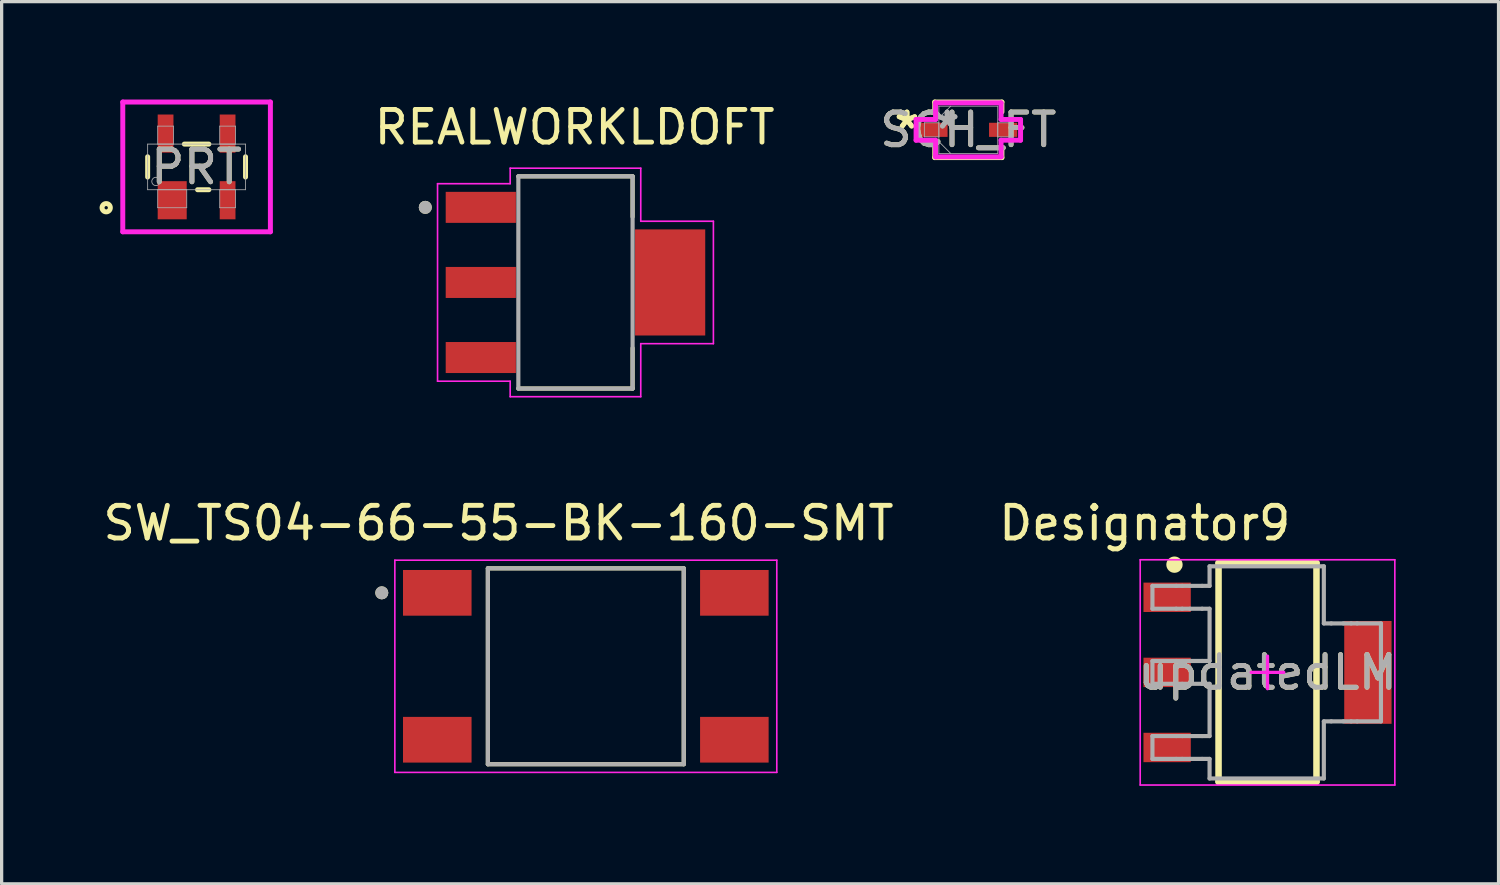
<source format=kicad_pcb>
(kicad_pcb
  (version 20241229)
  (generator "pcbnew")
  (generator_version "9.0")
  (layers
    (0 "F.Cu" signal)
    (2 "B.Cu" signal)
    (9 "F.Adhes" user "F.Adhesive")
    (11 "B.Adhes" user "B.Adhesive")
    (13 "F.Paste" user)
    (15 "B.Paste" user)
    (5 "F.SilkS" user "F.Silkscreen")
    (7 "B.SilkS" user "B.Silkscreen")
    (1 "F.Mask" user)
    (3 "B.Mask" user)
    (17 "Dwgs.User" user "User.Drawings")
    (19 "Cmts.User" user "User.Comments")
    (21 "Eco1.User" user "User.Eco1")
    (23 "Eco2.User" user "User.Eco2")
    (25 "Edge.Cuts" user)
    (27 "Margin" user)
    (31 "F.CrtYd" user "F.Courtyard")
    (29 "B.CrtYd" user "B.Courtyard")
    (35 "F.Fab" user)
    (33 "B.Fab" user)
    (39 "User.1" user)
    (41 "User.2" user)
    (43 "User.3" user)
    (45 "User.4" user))
  (footprint "REALWORKLDOFT"
    (layer "F.Cu")
    (at 14.578 5.602)
    (property "Reference" "REALWORKLDOFT" (at -0.025 -4.754 0) (layer "F.SilkS") (effects (font (size 1 1) (thickness 0.15))))
    (attr smd)
    (fp_line (start -1.75 -3.25) (end 1.75 -3.25) (stroke (width 0.127) (type solid)) (layer "F.SilkS"))
    (fp_line (start -1.75 3.25) (end 1.75 3.25) (stroke (width 0.127) (type solid)) (layer "F.SilkS"))
    (fp_line (start 1.75 -3.25) (end 1.75 -2.01) (stroke (width 0.127) (type solid)) (layer "F.SilkS"))
    (fp_line (start 1.75 3.25) (end 1.75 2.01) (stroke (width 0.127) (type solid)) (layer "F.SilkS"))
    (fp_circle (center -4.6 -2.3) (end -4.5 -2.3) (stroke (width 0.2) (type solid)) (fill no) (layer "F.SilkS"))
    (fp_line (start -4.225 -3.025) (end -4.225 3.025) (stroke (width 0.05) (type solid)) (layer "F.CrtYd"))
    (fp_line (start -4.225 3.025) (end -2 3.025) (stroke (width 0.05) (type solid)) (layer "F.CrtYd"))
    (fp_line (start -2 -3.5) (end -2 -3.025) (stroke (width 0.05) (type solid)) (layer "F.CrtYd"))
    (fp_line (start -2 -3.025) (end -4.225 -3.025) (stroke (width 0.05) (type solid)) (layer "F.CrtYd"))
    (fp_line (start -2 3.025) (end -2 3.5) (stroke (width 0.05) (type solid)) (layer "F.CrtYd"))
    (fp_line (start -2 3.5) (end 2 3.5) (stroke (width 0.05) (type solid)) (layer "F.CrtYd"))
    (fp_line (start 2 -3.5) (end -2 -3.5) (stroke (width 0.05) (type solid)) (layer "F.CrtYd"))
    (fp_line (start 2 -1.875) (end 2 -3.5) (stroke (width 0.05) (type solid)) (layer "F.CrtYd"))
    (fp_line (start 2 1.875) (end 4.225 1.875) (stroke (width 0.05) (type solid)) (layer "F.CrtYd"))
    (fp_line (start 2 3.5) (end 2 1.875) (stroke (width 0.05) (type solid)) (layer "F.CrtYd"))
    (fp_line (start 4.225 -1.875) (end 2 -1.875) (stroke (width 0.05) (type solid)) (layer "F.CrtYd"))
    (fp_line (start 4.225 1.875) (end 4.225 -1.875) (stroke (width 0.05) (type solid)) (layer "F.CrtYd"))
    (fp_line (start -1.75 -3.25) (end -1.75 3.25) (stroke (width 0.127) (type solid)) (layer "F.Fab"))
    (fp_line (start 1.75 -3.25) (end -1.75 -3.25) (stroke (width 0.127) (type solid)) (layer "F.Fab"))
    (fp_line (start 1.75 -3.25) (end 1.75 3.25) (stroke (width 0.127) (type solid)) (layer "F.Fab"))
    (fp_line (start 1.75 3.25) (end -1.75 3.25) (stroke (width 0.127) (type solid)) (layer "F.Fab"))
    (fp_circle (center -4.6 -2.3) (end -4.5 -2.3) (stroke (width 0.2) (type solid)) (fill no) (layer "F.Fab"))
    (pad "1" smd rect (at -2.9 -2.3) (size 2.15 0.95) (layers "F.Cu" "F.Mask" "F.Paste"))
    (pad "2" smd rect (at -2.9 0) (size 2.15 0.95) (layers "F.Cu" "F.Mask" "F.Paste"))
    (pad "3" smd rect (at -2.9 2.3) (size 2.15 0.95) (layers "F.Cu" "F.Mask" "F.Paste"))
    (pad "4" smd rect (at 2.9 0) (size 2.15 3.25) (layers "F.Cu" "F.Mask" "F.Paste")))
  (footprint "updatedLM"
    (layer "F.Cu")
    (at 35.777 17.547)
    (property "Reference" "updatedLM" (at 0 0 0) (unlocked yes) (layer "F.SilkS") (effects (font (size 1 1) (thickness 0.15))))
    (attr smd)
    (fp_line (start -1.5 -3.35) (end 1.5 -3.35) (stroke (width 0.2) (type solid)) (layer "F.SilkS"))
    (fp_line (start -1.5 3.35) (end -1.5 -3.35) (stroke (width 0.2) (type solid)) (layer "F.SilkS"))
    (fp_line (start -1.5 3.35) (end 1.5 3.35) (stroke (width 0.2) (type solid)) (layer "F.SilkS"))
    (fp_line (start 1.5 3.35) (end 1.5 -3.35) (stroke (width 0.2) (type solid)) (layer "F.SilkS"))
    (fp_circle (center -2.85 -3.3) (end -2.725 -3.3) (stroke (width 0.25) (type solid)) (fill no) (layer "F.SilkS"))
    (fp_line (start -3.9 -3.45) (end 3.9 -3.45) (stroke (width 0.05) (type solid)) (layer "F.CrtYd"))
    (fp_line (start -3.9 3.45) (end -3.9 -3.45) (stroke (width 0.05) (type solid)) (layer "F.CrtYd"))
    (fp_line (start -3.9 3.45) (end 3.9 3.45) (stroke (width 0.05) (type solid)) (layer "F.CrtYd"))
    (fp_line (start -0.5 0) (end 0.5 0) (stroke (width 0.1) (type solid)) (layer "F.CrtYd"))
    (fp_line (start 0 0.5) (end 0 -0.5) (stroke (width 0.1) (type solid)) (layer "F.CrtYd"))
    (fp_line (start 3.9 3.45) (end 3.9 -3.45) (stroke (width 0.05) (type solid)) (layer "F.CrtYd"))
    (fp_line (start -3.525 -2.65) (end -2.797 -2.65) (stroke (width 0.127) (type solid)) (layer "F.Fab"))
    (fp_line (start -3.525 -1.95) (end -3.525 -2.65) (stroke (width 0.127) (type solid)) (layer "F.Fab"))
    (fp_line (start -3.525 -1.95) (end -2.797 -1.95) (stroke (width 0.127) (type solid)) (layer "F.Fab"))
    (fp_line (start -3.525 -0.35) (end -2.797 -0.35) (stroke (width 0.127) (type solid)) (layer "F.Fab"))
    (fp_line (start -3.525 0.35) (end -3.525 -0.35) (stroke (width 0.127) (type solid)) (layer "F.Fab"))
    (fp_line (start -3.525 0.35) (end -2.797 0.35) (stroke (width 0.127) (type solid)) (layer "F.Fab"))
    (fp_line (start -3.525 1.95) (end -2.797 1.95) (stroke (width 0.127) (type solid)) (layer "F.Fab"))
    (fp_line (start -3.525 2.65) (end -3.525 1.95) (stroke (width 0.127) (type solid)) (layer "F.Fab"))
    (fp_line (start -3.525 2.65) (end -2.797 2.65) (stroke (width 0.127) (type solid)) (layer "F.Fab"))
    (fp_line (start -2.797 -2.65) (end -2.612 -2.65) (stroke (width 0.127) (type solid)) (layer "F.Fab"))
    (fp_line (start -2.797 -1.95) (end -2.612 -1.95) (stroke (width 0.127) (type solid)) (layer "F.Fab"))
    (fp_line (start -2.797 -0.35) (end -2.612 -0.35) (stroke (width 0.127) (type solid)) (layer "F.Fab"))
    (fp_line (start -2.797 0.35) (end -2.612 0.35) (stroke (width 0.127) (type solid)) (layer "F.Fab"))
    (fp_line (start -2.797 1.95) (end -2.612 1.95) (stroke (width 0.127) (type solid)) (layer "F.Fab"))
    (fp_line (start -2.797 2.65) (end -2.612 2.65) (stroke (width 0.127) (type solid)) (layer "F.Fab"))
    (fp_line (start -2.612 -2.65) (end -2.374 -2.65) (stroke (width 0.127) (type solid)) (layer "F.Fab"))
    (fp_line (start -2.612 -1.95) (end -2.374 -1.95) (stroke (width 0.127) (type solid)) (layer "F.Fab"))
    (fp_line (start -2.612 -0.35) (end -2.374 -0.35) (stroke (width 0.127) (type solid)) (layer "F.Fab"))
    (fp_line (start -2.612 0.35) (end -2.374 0.35) (stroke (width 0.127) (type solid)) (layer "F.Fab"))
    (fp_line (start -2.612 1.95) (end -2.374 1.95) (stroke (width 0.127) (type solid)) (layer "F.Fab"))
    (fp_line (start -2.612 2.65) (end -2.374 2.65) (stroke (width 0.127) (type solid)) (layer "F.Fab"))
    (fp_line (start -2.374 -2.65) (end -2.003 -2.65) (stroke (width 0.127) (type solid)) (layer "F.Fab"))
    (fp_line (start -2.374 -1.95) (end -2.003 -1.95) (stroke (width 0.127) (type solid)) (layer "F.Fab"))
    (fp_line (start -2.374 -0.35) (end -2.003 -0.35) (stroke (width 0.127) (type solid)) (layer "F.Fab"))
    (fp_line (start -2.374 0.35) (end -2.003 0.35) (stroke (width 0.127) (type solid)) (layer "F.Fab"))
    (fp_line (start -2.374 1.95) (end -2.003 1.95) (stroke (width 0.127) (type solid)) (layer "F.Fab"))
    (fp_line (start -2.374 2.65) (end -2.003 2.65) (stroke (width 0.127) (type solid)) (layer "F.Fab"))
    (fp_line (start -2.003 -2.65) (end -1.775 -2.65) (stroke (width 0.127) (type solid)) (layer "F.Fab"))
    (fp_line (start -2.003 -1.95) (end -1.775 -1.95) (stroke (width 0.127) (type solid)) (layer "F.Fab"))
    (fp_line (start -2.003 -0.35) (end -1.775 -0.35) (stroke (width 0.127) (type solid)) (layer "F.Fab"))
    (fp_line (start -2.003 0.35) (end -1.775 0.35) (stroke (width 0.127) (type solid)) (layer "F.Fab"))
    (fp_line (start -2.003 1.95) (end -1.775 1.95) (stroke (width 0.127) (type solid)) (layer "F.Fab"))
    (fp_line (start -2.003 2.65) (end -1.775 2.65) (stroke (width 0.127) (type solid)) (layer "F.Fab"))
    (fp_line (start -1.775 -3.25) (end 1.725 -3.25) (stroke (width 0.127) (type solid)) (layer "F.Fab"))
    (fp_line (start -1.775 -2.65) (end -1.775 -3.25) (stroke (width 0.127) (type solid)) (layer "F.Fab"))
    (fp_line (start -1.775 -0.35) (end -1.775 -1.95) (stroke (width 0.127) (type solid)) (layer "F.Fab"))
    (fp_line (start -1.775 1.95) (end -1.775 0.35) (stroke (width 0.127) (type solid)) (layer "F.Fab"))
    (fp_line (start -1.775 3.25) (end -1.775 2.65) (stroke (width 0.127) (type solid)) (layer "F.Fab"))
    (fp_line (start -1.775 3.25) (end 1.725 3.25) (stroke (width 0.127) (type solid)) (layer "F.Fab"))
    (fp_line (start 1.725 -1.5) (end 1.725 -3.25) (stroke (width 0.127) (type solid)) (layer "F.Fab"))
    (fp_line (start 1.725 -1.5) (end 1.953 -1.5) (stroke (width 0.127) (type solid)) (layer "F.Fab"))
    (fp_line (start 1.725 1.5) (end 1.953 1.5) (stroke (width 0.127) (type solid)) (layer "F.Fab"))
    (fp_line (start 1.725 3.25) (end 1.725 1.5) (stroke (width 0.127) (type solid)) (layer "F.Fab"))
    (fp_line (start 1.953 -1.5) (end 2.324 -1.5) (stroke (width 0.127) (type solid)) (layer "F.Fab"))
    (fp_line (start 1.953 1.5) (end 2.324 1.5) (stroke (width 0.127) (type solid)) (layer "F.Fab"))
    (fp_line (start 2.324 -1.5) (end 2.562 -1.5) (stroke (width 0.127) (type solid)) (layer "F.Fab"))
    (fp_line (start 2.324 1.5) (end 2.562 1.5) (stroke (width 0.127) (type solid)) (layer "F.Fab"))
    (fp_line (start 2.562 -1.5) (end 2.747 -1.5) (stroke (width 0.127) (type solid)) (layer "F.Fab"))
    (fp_line (start 2.562 1.5) (end 2.747 1.5) (stroke (width 0.127) (type solid)) (layer "F.Fab"))
    (fp_line (start 2.747 -1.5) (end 3.475 -1.5) (stroke (width 0.127) (type solid)) (layer "F.Fab"))
    (fp_line (start 2.747 1.5) (end 3.475 1.5) (stroke (width 0.127) (type solid)) (layer "F.Fab"))
    (fp_line (start 3.475 1.5) (end 3.475 -1.5) (stroke (width 0.127) (type solid)) (layer "F.Fab"))
    (fp_text user "Designator9" (at -3.759 -4.572 0) (unlocked yes) (layer "F.SilkS") (effects (font (size 1 1) (thickness 0.15))))
    (fp_text user "${REFERENCE}" (at 0 0 0) (unlocked yes) (layer "F.Fab") (effects (font (size 1 1) (thickness 0.15))))
    (pad "1" smd rect (at -3.075 -2.3 90) (size 0.9 1.45) (layers "F.Cu" "F.Mask" "F.Paste"))
    (pad "2" smd rect (at -3.075 0 90) (size 0.9 1.45) (layers "F.Cu" "F.Mask" "F.Paste"))
    (pad "3" smd rect (at -3.075 2.3 90) (size 0.9 1.45) (layers "F.Cu" "F.Mask" "F.Paste"))
    (pad "4" smd rect (at 3.075 0 90) (size 3.15 1.45) (layers "F.Cu" "F.Mask" "F.Paste")))
  (footprint "PRT"
    (layer "F.Cu")
    (at 2.972 2.063)
    (property "Reference" "PRT" (at 0 0 0) (unlocked yes) (layer "F.SilkS") (effects (font (size 1 1) (thickness 0.15))))
    (attr smd)
    (fp_line (start -1.499 0.31) (end -1.499 -0.31) (stroke (width 0.152) (type solid)) (layer "F.SilkS"))
    (fp_line (start -0.376 -0.699) (end 0.376 -0.699) (stroke (width 0.152) (type solid)) (layer "F.SilkS"))
    (fp_line (start 0.376 0.699) (end 0.03 0.699) (stroke (width 0.152) (type solid)) (layer "F.SilkS"))
    (fp_line (start 1.499 -0.31) (end 1.499 0.31) (stroke (width 0.152) (type solid)) (layer "F.SilkS"))
    (fp_circle (center -2.769 1.25) (end -2.642 1.25) (stroke (width 0.152) (type solid)) (fill no) (layer "F.SilkS"))
    (fp_line (start -2.261 -1.987) (end 2.261 -1.987) (stroke (width 0.152) (type solid)) (layer "F.CrtYd"))
    (fp_line (start -2.261 1.987) (end -2.261 -1.987) (stroke (width 0.152) (type solid)) (layer "F.CrtYd"))
    (fp_line (start 2.261 -1.987) (end 2.261 1.987) (stroke (width 0.152) (type solid)) (layer "F.CrtYd"))
    (fp_line (start 2.261 1.987) (end -2.261 1.987) (stroke (width 0.152) (type solid)) (layer "F.CrtYd"))
    (fp_line (start -1.499 -0.699) (end 1.499 -0.699) (stroke (width 0.025) (type solid)) (layer "F.Fab"))
    (fp_line (start -1.499 0.699) (end -1.499 -0.699) (stroke (width 0.025) (type solid)) (layer "F.Fab"))
    (fp_line (start -1.191 -1.25) (end -1.191 -0.699) (stroke (width 0.025) (type solid)) (layer "F.Fab"))
    (fp_line (start -1.191 -0.699) (end -0.709 -0.699) (stroke (width 0.025) (type solid)) (layer "F.Fab"))
    (fp_line (start -1.191 0.699) (end -1.191 1.25) (stroke (width 0.025) (type solid)) (layer "F.Fab"))
    (fp_line (start -1.191 1.25) (end -0.302 1.25) (stroke (width 0.025) (type solid)) (layer "F.Fab"))
    (fp_line (start -0.709 -1.25) (end -1.191 -1.25) (stroke (width 0.025) (type solid)) (layer "F.Fab"))
    (fp_line (start -0.709 -0.699) (end -0.709 -1.25) (stroke (width 0.025) (type solid)) (layer "F.Fab"))
    (fp_line (start -0.302 0.699) (end -1.191 0.699) (stroke (width 0.025) (type solid)) (layer "F.Fab"))
    (fp_line (start -0.302 1.25) (end -0.302 0.699) (stroke (width 0.025) (type solid)) (layer "F.Fab"))
    (fp_line (start 0.709 -1.25) (end 0.709 -0.699) (stroke (width 0.025) (type solid)) (layer "F.Fab"))
    (fp_line (start 0.709 -0.699) (end 1.191 -0.699) (stroke (width 0.025) (type solid)) (layer "F.Fab"))
    (fp_line (start 0.709 0.699) (end 0.709 1.25) (stroke (width 0.025) (type solid)) (layer "F.Fab"))
    (fp_line (start 0.709 1.25) (end 1.191 1.25) (stroke (width 0.025) (type solid)) (layer "F.Fab"))
    (fp_line (start 1.191 -1.25) (end 0.709 -1.25) (stroke (width 0.025) (type solid)) (layer "F.Fab"))
    (fp_line (start 1.191 -0.699) (end 1.191 -1.25) (stroke (width 0.025) (type solid)) (layer "F.Fab"))
    (fp_line (start 1.191 0.699) (end 0.709 0.699) (stroke (width 0.025) (type solid)) (layer "F.Fab"))
    (fp_line (start 1.191 1.25) (end 1.191 0.699) (stroke (width 0.025) (type solid)) (layer "F.Fab"))
    (fp_line (start 1.499 -0.699) (end 1.499 0.699) (stroke (width 0.025) (type solid)) (layer "F.Fab"))
    (fp_line (start 1.499 0.699) (end -1.499 0.699) (stroke (width 0.025) (type solid)) (layer "F.Fab"))
    (fp_circle (center -1.245 0.445) (end -1.118 0.445) (stroke (width 0.025) (type solid)) (fill no) (layer "F.Fab"))
    (fp_text user "${REFERENCE}" (at 0 0 0) (unlocked yes) (layer "F.Fab") (effects (font (size 1 1) (thickness 0.15))))
    (pad "1" smd rect (at -0.747 1.021) (size 0.889 1.168) (layers "F.Cu" "F.Mask" "F.Paste"))
    (pad "2" smd rect (at 0.95 1.021) (size 0.483 1.168) (layers "F.Cu" "F.Mask" "F.Paste"))
    (pad "3" smd rect (at 0.95 -1.021) (size 0.483 1.168) (layers "F.Cu" "F.Mask" "F.Paste"))
    (pad "4" smd rect (at -0.95 -1.021) (size 0.483 1.168) (layers "F.Cu" "F.Mask" "F.Paste")))
  (footprint "SW_TS04-66-55-BK-160-SMT"
    (layer "F.Cu")
    (at 14.895 17.36)
    (property "Reference" "SW_TS04-66-55-BK-160-SMT" (at -2.675 -4.385 0) (layer "F.SilkS") (effects (font (size 1 1) (thickness 0.15))))
    (attr smd)
    (fp_line (start -3 -3) (end -3 3) (stroke (width 0.127) (type solid)) (layer "F.SilkS"))
    (fp_line (start -3 3) (end 3 3) (stroke (width 0.127) (type solid)) (layer "F.SilkS"))
    (fp_line (start 3 -3) (end -3 -3) (stroke (width 0.127) (type solid)) (layer "F.SilkS"))
    (fp_line (start 3 3) (end 3 -3) (stroke (width 0.127) (type solid)) (layer "F.SilkS"))
    (fp_circle (center -6.25 -2.25) (end -6.15 -2.25) (stroke (width 0.2) (type solid)) (fill no) (layer "F.SilkS"))
    (fp_line (start -5.85 -3.25) (end -5.85 3.25) (stroke (width 0.05) (type solid)) (layer "F.CrtYd"))
    (fp_line (start -5.85 3.25) (end 5.85 3.25) (stroke (width 0.05) (type solid)) (layer "F.CrtYd"))
    (fp_line (start 5.85 -3.25) (end -5.85 -3.25) (stroke (width 0.05) (type solid)) (layer "F.CrtYd"))
    (fp_line (start 5.85 3.25) (end 5.85 -3.25) (stroke (width 0.05) (type solid)) (layer "F.CrtYd"))
    (fp_line (start -3 -3) (end -3 3) (stroke (width 0.127) (type solid)) (layer "F.Fab"))
    (fp_line (start -3 3) (end 3 3) (stroke (width 0.127) (type solid)) (layer "F.Fab"))
    (fp_line (start 3 -3) (end -3 -3) (stroke (width 0.127) (type solid)) (layer "F.Fab"))
    (fp_line (start 3 3) (end 3 -3) (stroke (width 0.127) (type solid)) (layer "F.Fab"))
    (fp_circle (center -6.25 -2.25) (end -6.15 -2.25) (stroke (width 0.2) (type solid)) (fill no) (layer "F.Fab"))
    (pad "1" smd rect (at -4.55 -2.25) (size 2.1 1.4) (layers "F.Cu" "F.Mask" "F.Paste"))
    (pad "2" smd rect (at -4.55 2.25) (size 2.1 1.4) (layers "F.Cu" "F.Mask" "F.Paste"))
    (pad "3" smd rect (at 4.55 -2.25) (size 2.1 1.4) (layers "F.Cu" "F.Mask" "F.Paste"))
    (pad "4" smd rect (at 4.55 2.25) (size 2.1 1.4) (layers "F.Cu" "F.Mask" "F.Paste")))
  (footprint "SCH_FT"
    (layer "F.Cu")
    (at 26.612 0.927)
    (property "Reference" "SCH_FT" (at 0 0 0) (unlocked yes) (layer "F.SilkS") (effects (font (size 1 1) (thickness 0.15))))
    (attr smd)
    (fp_line (start -1.029 -0.851) (end -1.029 -0.549) (stroke (width 0.152) (type solid)) (layer "F.SilkS"))
    (fp_line (start -1.029 0.549) (end -1.029 0.851) (stroke (width 0.152) (type solid)) (layer "F.SilkS"))
    (fp_line (start -1.029 0.851) (end 1.029 0.851) (stroke (width 0.152) (type solid)) (layer "F.SilkS"))
    (fp_line (start 1.029 -0.851) (end -1.029 -0.851) (stroke (width 0.152) (type solid)) (layer "F.SilkS"))
    (fp_line (start 1.029 -0.549) (end 1.029 -0.851) (stroke (width 0.152) (type solid)) (layer "F.SilkS"))
    (fp_line (start 1.029 0.851) (end 1.029 0.549) (stroke (width 0.152) (type solid)) (layer "F.SilkS"))
    (fp_line (start -1.6 -0.318) (end -1.003 -0.318) (stroke (width 0.152) (type solid)) (layer "F.CrtYd"))
    (fp_line (start -1.6 0.318) (end -1.6 -0.318) (stroke (width 0.152) (type solid)) (layer "F.CrtYd"))
    (fp_line (start -1.003 -0.826) (end 1.003 -0.826) (stroke (width 0.152) (type solid)) (layer "F.CrtYd"))
    (fp_line (start -1.003 -0.318) (end -1.003 -0.826) (stroke (width 0.152) (type solid)) (layer "F.CrtYd"))
    (fp_line (start -1.003 0.318) (end -1.6 0.318) (stroke (width 0.152) (type solid)) (layer "F.CrtYd"))
    (fp_line (start -1.003 0.826) (end -1.003 0.318) (stroke (width 0.152) (type solid)) (layer "F.CrtYd"))
    (fp_line (start 1.003 -0.826) (end 1.003 -0.318) (stroke (width 0.152) (type solid)) (layer "F.CrtYd"))
    (fp_line (start 1.003 -0.318) (end 1.6 -0.318) (stroke (width 0.152) (type solid)) (layer "F.CrtYd"))
    (fp_line (start 1.003 0.318) (end 1.003 0.826) (stroke (width 0.152) (type solid)) (layer "F.CrtYd"))
    (fp_line (start 1.003 0.826) (end -1.003 0.826) (stroke (width 0.152) (type solid)) (layer "F.CrtYd"))
    (fp_line (start 1.6 -0.318) (end 1.6 0.318) (stroke (width 0.152) (type solid)) (layer "F.CrtYd"))
    (fp_line (start 1.6 0.318) (end 1.003 0.318) (stroke (width 0.152) (type solid)) (layer "F.CrtYd"))
    (fp_line (start -1.346 -0.216) (end -1.346 0.216) (stroke (width 0.025) (type solid)) (layer "F.Fab"))
    (fp_line (start -1.346 0.216) (end -0.902 0.216) (stroke (width 0.025) (type solid)) (layer "F.Fab"))
    (fp_line (start -0.902 -0.724) (end -0.902 0.724) (stroke (width 0.025) (type solid)) (layer "F.Fab"))
    (fp_line (start -0.902 -0.362) (end -0.54 -0.724) (stroke (width 0.025) (type solid)) (layer "F.Fab"))
    (fp_line (start -0.902 -0.216) (end -1.346 -0.216) (stroke (width 0.025) (type solid)) (layer "F.Fab"))
    (fp_line (start -0.902 0.216) (end -0.902 -0.216) (stroke (width 0.025) (type solid)) (layer "F.Fab"))
    (fp_line (start -0.902 0.362) (end -0.54 0.724) (stroke (width 0.025) (type solid)) (layer "F.Fab"))
    (fp_line (start -0.902 0.724) (end 0.902 0.724) (stroke (width 0.025) (type solid)) (layer "F.Fab"))
    (fp_line (start 0.902 -0.724) (end -0.902 -0.724) (stroke (width 0.025) (type solid)) (layer "F.Fab"))
    (fp_line (start 0.902 -0.216) (end 0.902 0.216) (stroke (width 0.025) (type solid)) (layer "F.Fab"))
    (fp_line (start 0.902 0.216) (end 1.346 0.216) (stroke (width 0.025) (type solid)) (layer "F.Fab"))
    (fp_line (start 0.902 0.724) (end 0.902 -0.724) (stroke (width 0.025) (type solid)) (layer "F.Fab"))
    (fp_line (start 1.346 -0.216) (end 0.902 -0.216) (stroke (width 0.025) (type solid)) (layer "F.Fab"))
    (fp_line (start 1.346 0.216) (end 1.346 -0.216) (stroke (width 0.025) (type solid)) (layer "F.Fab"))
    (fp_text user "*" (at -1.88 0 0) (layer "F.SilkS") (effects (font (size 1 1) (thickness 0.15))))
    (fp_text user "*" (at -1.88 0 0) (unlocked yes) (layer "F.SilkS") (effects (font (size 1 1) (thickness 0.15))))
    (fp_text user "*" (at -0.648 0 0) (layer "F.Fab") (effects (font (size 1 1) (thickness 0.15))))
    (fp_text user "${REFERENCE}" (at 0 0 0) (unlocked yes) (layer "F.Fab") (effects (font (size 1 1) (thickness 0.15))))
    (fp_text user "*" (at -0.648 0 0) (unlocked yes) (layer "F.Fab") (effects (font (size 1 1) (thickness 0.15))))
    (pad "1" smd rect (at -1.067 0) (size 0.864 0.432) (layers "F.Cu" "F.Mask" "F.Paste"))
    (pad "2" smd rect (at 1.067 0) (size 0.864 0.432) (layers "F.Cu" "F.Mask" "F.Paste")))
  (gr_rect
    (start -3 -3)
    (end 42.854 24.023)
    (stroke (width 0.1) (type default))
    (fill no)
    (layer "Edge.Cuts")))
</source>
